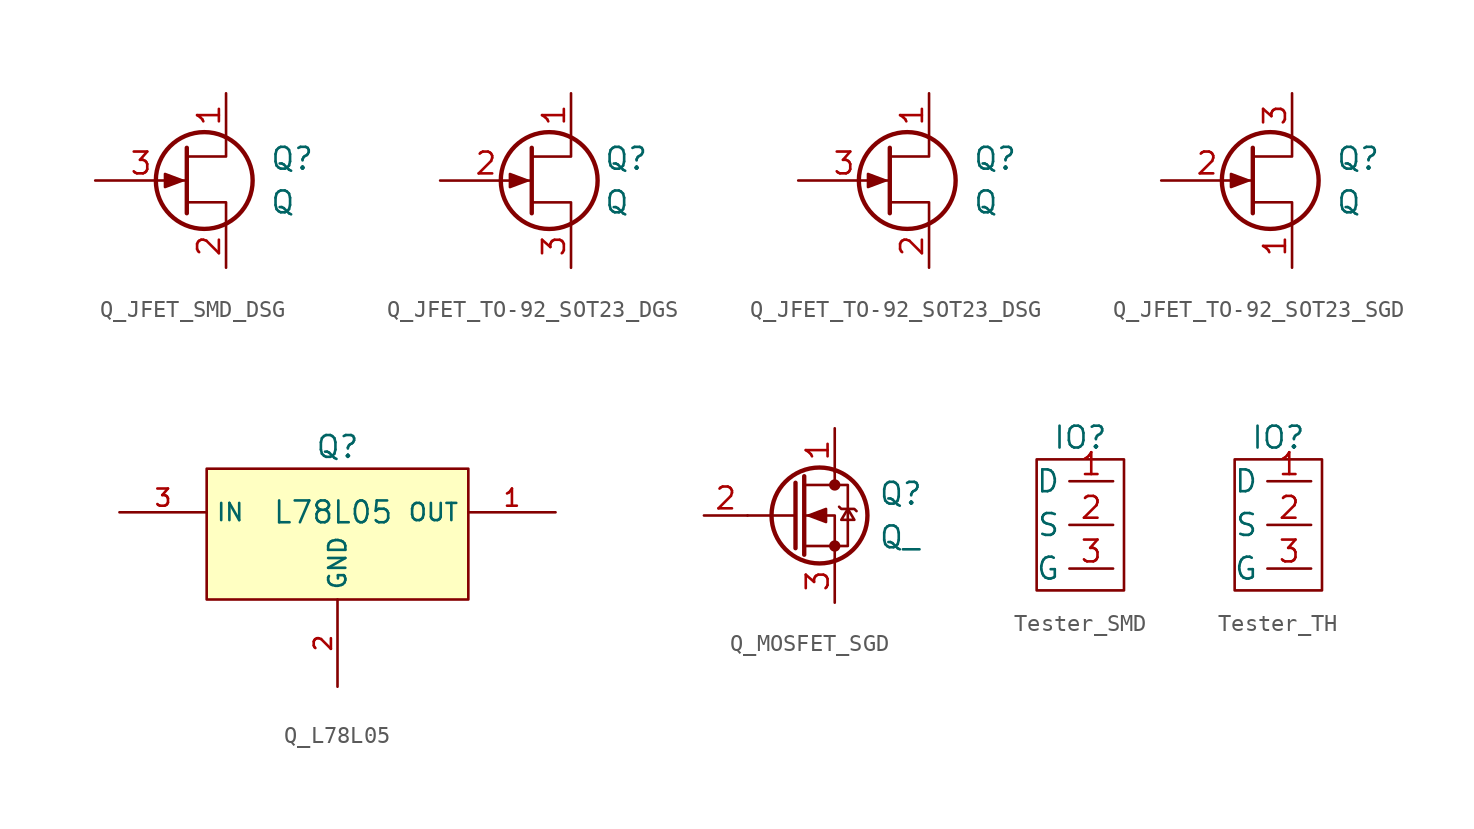
<source format=kicad_sym>
(kicad_symbol_lib
  (version 20241209)
  (generator "kicad_symbol_editor")
  (generator_version "9.0")
  (symbol "Q_JFET_SMD_DSG"
    (pin_names
      (offset 0)
      (hide yes))
    (property "Reference" "Q"
      (at 2.54 1.27 0)
      (effects (font (size 1.27 1.27)) (justify left)))
    (property "Value" "Q"
      (at 2.54 -1.27 0)
      (effects (font (size 1.27 1.27)) (justify left)))
    (symbol "Q_JFET_SMD_DSG_0_1"
      (polyline (pts (xy -2.54 0) (xy -3.556 0.381) (xy -3.556 -0.381) (xy -2.54 0)) (stroke (width 0) (type default)) (fill (type outline)))
      (polyline (pts (xy -2.286 1.905) (xy -2.286 -1.905) (xy -2.286 -1.905)) (stroke (width 0.254) (type default)) (fill (type none)))
      (circle (center -1.27 0) (radius 2.819) (stroke (width 0.254) (type default)) (fill (type none)))
      (polyline (pts (xy 0 2.54) (xy 0 1.397) (xy -2.286 1.397)) (stroke (width 0) (type default)) (fill (type none)))
      (polyline (pts (xy 0 -2.54) (xy 0 -1.27) (xy -2.286 -1.27)) (stroke (width 0) (type default)) (fill (type none))))
    (symbol "Q_JFET_SMD_DSG_1_1"
      (pin input line (at -7.62 0 0) (length 5.334) (name "G" (effects (font (size 1.27 1.27)))) (number "3" (effects (font (size 1.27 1.27)))))
      (pin passive line (at 0 5.08 270) (length 2.54) (name "D" (effects (font (size 1.27 1.27)))) (number "1" (effects (font (size 1.27 1.27)))))
      (pin passive line (at 0 -5.08 90) (length 2.54) (name "S" (effects (font (size 1.27 1.27)))) (number "2" (effects (font (size 1.27 1.27)))))))
  (symbol "Q_JFET_TO-92_SOT23_DGS"
    (pin_names
      (offset 0)
      (hide yes))
    (property "Reference" "Q"
      (at 1.905 1.27 0)
      (effects (font (size 1.27 1.27)) (justify left)))
    (property "Value" "Q"
      (at 1.905 -1.27 0)
      (effects (font (size 1.27 1.27)) (justify left)))
    (symbol "Q_JFET_TO-92_SOT23_DGS_0_1"
      (polyline (pts (xy -2.54 0) (xy -3.556 0.381) (xy -3.556 -0.381) (xy -2.54 0)) (stroke (width 0) (type default)) (fill (type outline)))
      (polyline (pts (xy -2.286 1.905) (xy -2.286 -1.905) (xy -2.286 -1.905)) (stroke (width 0.254) (type default)) (fill (type none)))
      (circle (center -1.27 0) (radius 2.819) (stroke (width 0.254) (type default)) (fill (type none)))
      (polyline (pts (xy 0 2.54) (xy 0 1.397) (xy -2.286 1.397)) (stroke (width 0) (type default)) (fill (type none)))
      (polyline (pts (xy 0 -2.54) (xy 0 -1.27) (xy -2.286 -1.27)) (stroke (width 0) (type default)) (fill (type none))))
    (symbol "Q_JFET_TO-92_SOT23_DGS_1_1"
      (pin input line (at -7.62 0 0) (length 5.334) (name "G" (effects (font (size 1.27 1.27)))) (number "2" (effects (font (size 1.27 1.27)))))
      (pin passive line (at 0 5.08 270) (length 2.54) (name "D" (effects (font (size 1.27 1.27)))) (number "1" (effects (font (size 1.27 1.27)))))
      (pin passive line (at 0 -5.08 90) (length 2.54) (name "S" (effects (font (size 1.27 1.27)))) (number "3" (effects (font (size 1.27 1.27)))))))
  (symbol "Q_JFET_TO-92_SOT23_DSG"
    (pin_names
      (offset 0)
      (hide yes))
    (property "Reference" "Q"
      (at 2.54 1.27 0)
      (effects (font (size 1.27 1.27)) (justify left)))
    (property "Value" "Q"
      (at 2.54 -1.27 0)
      (effects (font (size 1.27 1.27)) (justify left)))
    (symbol "Q_JFET_TO-92_SOT23_DSG_0_1"
      (polyline (pts (xy -2.54 0) (xy -3.556 0.381) (xy -3.556 -0.381) (xy -2.54 0)) (stroke (width 0) (type default)) (fill (type outline)))
      (polyline (pts (xy -2.286 1.905) (xy -2.286 -1.905) (xy -2.286 -1.905)) (stroke (width 0.254) (type default)) (fill (type none)))
      (circle (center -1.27 0) (radius 2.819) (stroke (width 0.254) (type default)) (fill (type none)))
      (polyline (pts (xy 0 2.54) (xy 0 1.397) (xy -2.286 1.397)) (stroke (width 0) (type default)) (fill (type none)))
      (polyline (pts (xy 0 -2.54) (xy 0 -1.27) (xy -2.286 -1.27)) (stroke (width 0) (type default)) (fill (type none))))
    (symbol "Q_JFET_TO-92_SOT23_DSG_1_1"
      (pin input line (at -7.62 0 0) (length 5.334) (name "G" (effects (font (size 1.27 1.27)))) (number "3" (effects (font (size 1.27 1.27)))))
      (pin passive line (at 0 5.08 270) (length 2.54) (name "D" (effects (font (size 1.27 1.27)))) (number "1" (effects (font (size 1.27 1.27)))))
      (pin passive line (at 0 -5.08 90) (length 2.54) (name "S" (effects (font (size 1.27 1.27)))) (number "2" (effects (font (size 1.27 1.27)))))))
  (symbol "Q_JFET_TO-92_SOT23_SGD"
    (pin_names
      (offset 0)
      (hide yes))
    (property "Reference" "Q"
      (at 2.54 1.27 0)
      (effects (font (size 1.27 1.27)) (justify left)))
    (property "Value" "Q"
      (at 2.54 -1.27 0)
      (effects (font (size 1.27 1.27)) (justify left)))
    (symbol "Q_JFET_TO-92_SOT23_SGD_0_1"
      (polyline (pts (xy -2.54 0) (xy -3.556 0.381) (xy -3.556 -0.381) (xy -2.54 0)) (stroke (width 0) (type default)) (fill (type outline)))
      (polyline (pts (xy -2.286 1.905) (xy -2.286 -1.905) (xy -2.286 -1.905)) (stroke (width 0.254) (type default)) (fill (type none)))
      (circle (center -1.27 0) (radius 2.819) (stroke (width 0.254) (type default)) (fill (type none)))
      (polyline (pts (xy 0 2.54) (xy 0 1.397) (xy -2.286 1.397)) (stroke (width 0) (type default)) (fill (type none)))
      (polyline (pts (xy 0 -2.54) (xy 0 -1.27) (xy -2.286 -1.27)) (stroke (width 0) (type default)) (fill (type none))))
    (symbol "Q_JFET_TO-92_SOT23_SGD_1_1"
      (pin input line (at -7.62 0 0) (length 5.334) (name "G" (effects (font (size 1.27 1.27)))) (number "2" (effects (font (size 1.27 1.27)))))
      (pin passive line (at 0 5.08 270) (length 2.54) (name "D" (effects (font (size 1.27 1.27)))) (number "3" (effects (font (size 1.27 1.27)))))
      (pin passive line (at 0 -5.08 90) (length 2.54) (name "S" (effects (font (size 1.27 1.27)))) (number "1" (effects (font (size 1.27 1.27)))))))
  (symbol "Q_L78L05"
    (property "Reference" "Q"
      (at 0 3.81 0)
      (effects (font (size 1.27 1.27))))
    (property "Value" "L78L05"
      (at -0.254 0 0)
      (effects (font (size 1.27 1.27))))
    (symbol "Q_L78L05_0_1"
      (rectangle (start -7.62 2.54) (end 7.62 -5.08) (stroke (width 0) (type default)) (fill (type background)))
      (pin power_in line (at 12.7 0 180) (length 5.08) (name "OUT" (effects (font (size 1 1)))) (number "1" (effects (font (size 1 1))))))
    (symbol "Q_L78L05_1_1"
      (pin power_in line (at -12.7 0 0) (length 5.08) (name "IN" (effects (font (size 1 1)))) (number "3" (effects (font (size 1 1)))))
      (pin power_in line (at 0 -10.16 90) (length 5.08) (name "GND" (effects (font (size 1 1)))) (number "2" (effects (font (size 1 1)))))))
  (symbol "Q_MOSFET_SGD"
    (pin_names
      (offset 0)
      (hide yes))
    (property "Reference" "Q"
      (at 2.54 1.27 0)
      (effects (font (size 1.27 1.27)) (justify left)))
    (property "Value" "Q_"
      (at 2.54 -1.27 0)
      (effects (font (size 1.27 1.27)) (justify left)))
    (symbol "Q_MOSFET_SGD_0_1"
      (polyline (pts (xy -2.286 1.905) (xy -2.286 -1.905)) (stroke (width 0.254) (type default)) (fill (type none)))
      (polyline (pts (xy -2.286 0) (xy -5.08 0)) (stroke (width 0) (type default)) (fill (type none)))
      (polyline (pts (xy -1.778 2.286) (xy -1.778 -2.286)) (stroke (width 0.254) (type default)) (fill (type none)))
      (polyline (pts (xy -1.778 -1.778) (xy 0.762 -1.778) (xy 0.762 1.778) (xy -1.778 1.778)) (stroke (width 0) (type default)) (fill (type none)))
      (polyline (pts (xy -1.524 0) (xy -0.508 0.381) (xy -0.508 -0.381) (xy -1.524 0)) (stroke (width 0) (type default)) (fill (type outline)))
      (circle (center -0.889 0) (radius 2.794) (stroke (width 0.254) (type default)) (fill (type none)))
      (polyline (pts (xy 0 2.54) (xy 0 1.778)) (stroke (width 0) (type default)) (fill (type none)))
      (circle (center 0 1.778) (radius 0.254) (stroke (width 0) (type default)) (fill (type outline)))
      (circle (center 0 -1.778) (radius 0.254) (stroke (width 0) (type default)) (fill (type outline)))
      (polyline (pts (xy 0 -2.54) (xy 0 0) (xy -1.778 0)) (stroke (width 0) (type default)) (fill (type none)))
      (polyline (pts (xy 0.254 0.508) (xy 0.381 0.381) (xy 1.143 0.381) (xy 1.27 0.254)) (stroke (width 0) (type default)) (fill (type none)))
      (polyline (pts (xy 0.762 0.381) (xy 0.381 -0.254) (xy 1.143 -0.254) (xy 0.762 0.381)) (stroke (width 0) (type default)) (fill (type none))))
    (symbol "Q_MOSFET_SGD_1_1"
      (pin input line (at -7.62 0 0) (length 2.54) (name "G" (effects (font (size 1.27 1.27)))) (number "2" (effects (font (size 1.27 1.27)))))
      (pin passive line (at 0 5.08 270) (length 2.54) (name "D" (effects (font (size 1.27 1.27)))) (number "1" (effects (font (size 1.27 1.27)))))
      (pin passive line (at 0 -5.08 90) (length 2.54) (name "S" (effects (font (size 1.27 1.27)))) (number "3" (effects (font (size 1.27 1.27)))))))
  (symbol "Tester_SMD"
    (property "Reference" "IO"
      (at -0.635 5.08 0)
      (effects (font (size 1.27 1.27))))
    (property "Value" ""
      (at 0 0 0)
      (effects (font (size 1.27 1.27))))
    (symbol "Tester_SMD_0_1"
      (rectangle (start -3.175 3.81) (end 1.905 -3.81) (stroke (width 0) (type default)) (fill (type none))))
    (symbol "Tester_SMD_1_1"
      (pin input line (at 1.27 2.54 180) (length 2.54) (name "D" (effects (font (size 1.27 1.27)))) (number "1" (effects (font (size 1.27 1.27)))))
      (pin input line (at 1.27 0 180) (length 2.54) (name "S" (effects (font (size 1.27 1.27)))) (number "2" (effects (font (size 1.27 1.27)))))
      (pin input line (at 1.27 -2.54 180) (length 2.54) (name "G" (effects (font (size 1.27 1.27)))) (number "3" (effects (font (size 1.27 1.27)))))))
  (symbol "Tester_TH"
    (property "Reference" "IO"
      (at -0.635 5.08 0)
      (effects (font (size 1.27 1.27))))
    (property "Value" ""
      (at 0 0 0)
      (effects (font (size 1.27 1.27))))
    (symbol "Tester_TH_0_1"
      (rectangle (start -3.175 3.81) (end 1.905 -3.81) (stroke (width 0) (type default)) (fill (type none))))
    (symbol "Tester_TH_1_1"
      (pin input line (at 1.27 2.54 180) (length 2.54) (name "D" (effects (font (size 1.27 1.27)))) (number "1" (effects (font (size 1.27 1.27)))))
      (pin input line (at 1.27 0 180) (length 2.54) (name "S" (effects (font (size 1.27 1.27)))) (number "2" (effects (font (size 1.27 1.27)))))
      (pin input line (at 1.27 -2.54 180) (length 2.54) (name "G" (effects (font (size 1.27 1.27)))) (number "3" (effects (font (size 1.27 1.27))))))))
</source>
